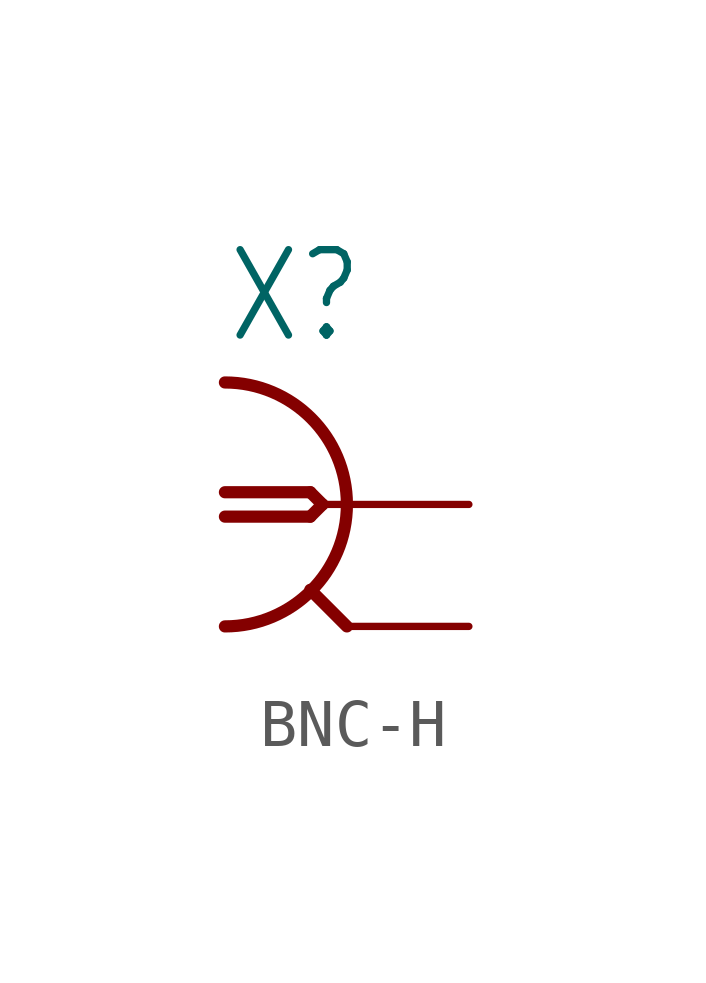
<source format=kicad_sym>
(kicad_symbol_lib
  (version 20211014)
  (generator kicad_symbol_editor)
  (symbol "BNC-H"
    (property "Reference" "X"
      (at -2.54 3.302 0)
      (effects (font (size 1.778 1.511)) (justify left bottom)))
    (property "ki_locked" ""
      (at 0 0 0)
      (effects (font (size 1.27 1.27))))
    (symbol "BNC-H_1_0"
      (arc (start -2.54 -2.54) (mid 0 0) (end -2.54 2.54) (stroke (width 0.254) (type default) (color 0 0 0 0)) (fill (type none)))
      (polyline (pts (xy -2.54 0.254) (xy -0.762 0.254)) (stroke (width 0.254) (type default) (color 0 0 0 0)) (fill (type none)))
      (polyline (pts (xy -0.762 -0.254) (xy -2.54 -0.254)) (stroke (width 0.254) (type default) (color 0 0 0 0)) (fill (type none)))
      (polyline (pts (xy -0.762 0.254) (xy -0.508 0)) (stroke (width 0.254) (type default) (color 0 0 0 0)) (fill (type none)))
      (polyline (pts (xy -0.508 0) (xy -0.762 -0.254)) (stroke (width 0.254) (type default) (color 0 0 0 0)) (fill (type none)))
      (polyline (pts (xy 0 -2.54) (xy -0.762 -1.778)) (stroke (width 0.254) (type default) (color 0 0 0 0)) (fill (type none)))
      (polyline (pts (xy 0 0) (xy -0.508 0)) (stroke (width 0.152) (type default) (color 0 0 0 0)) (fill (type none)))
      (pin passive line (at 2.54 0 180) (length 2.54) (name "1" (effects (font (size 0 0)))) (number "1" (effects (font (size 0 0)))))
      (pin passive line (at 2.54 -2.54 180) (length 2.54) (name "2" (effects (font (size 0 0)))) (number "2" (effects (font (size 0 0))))))))
</source>
